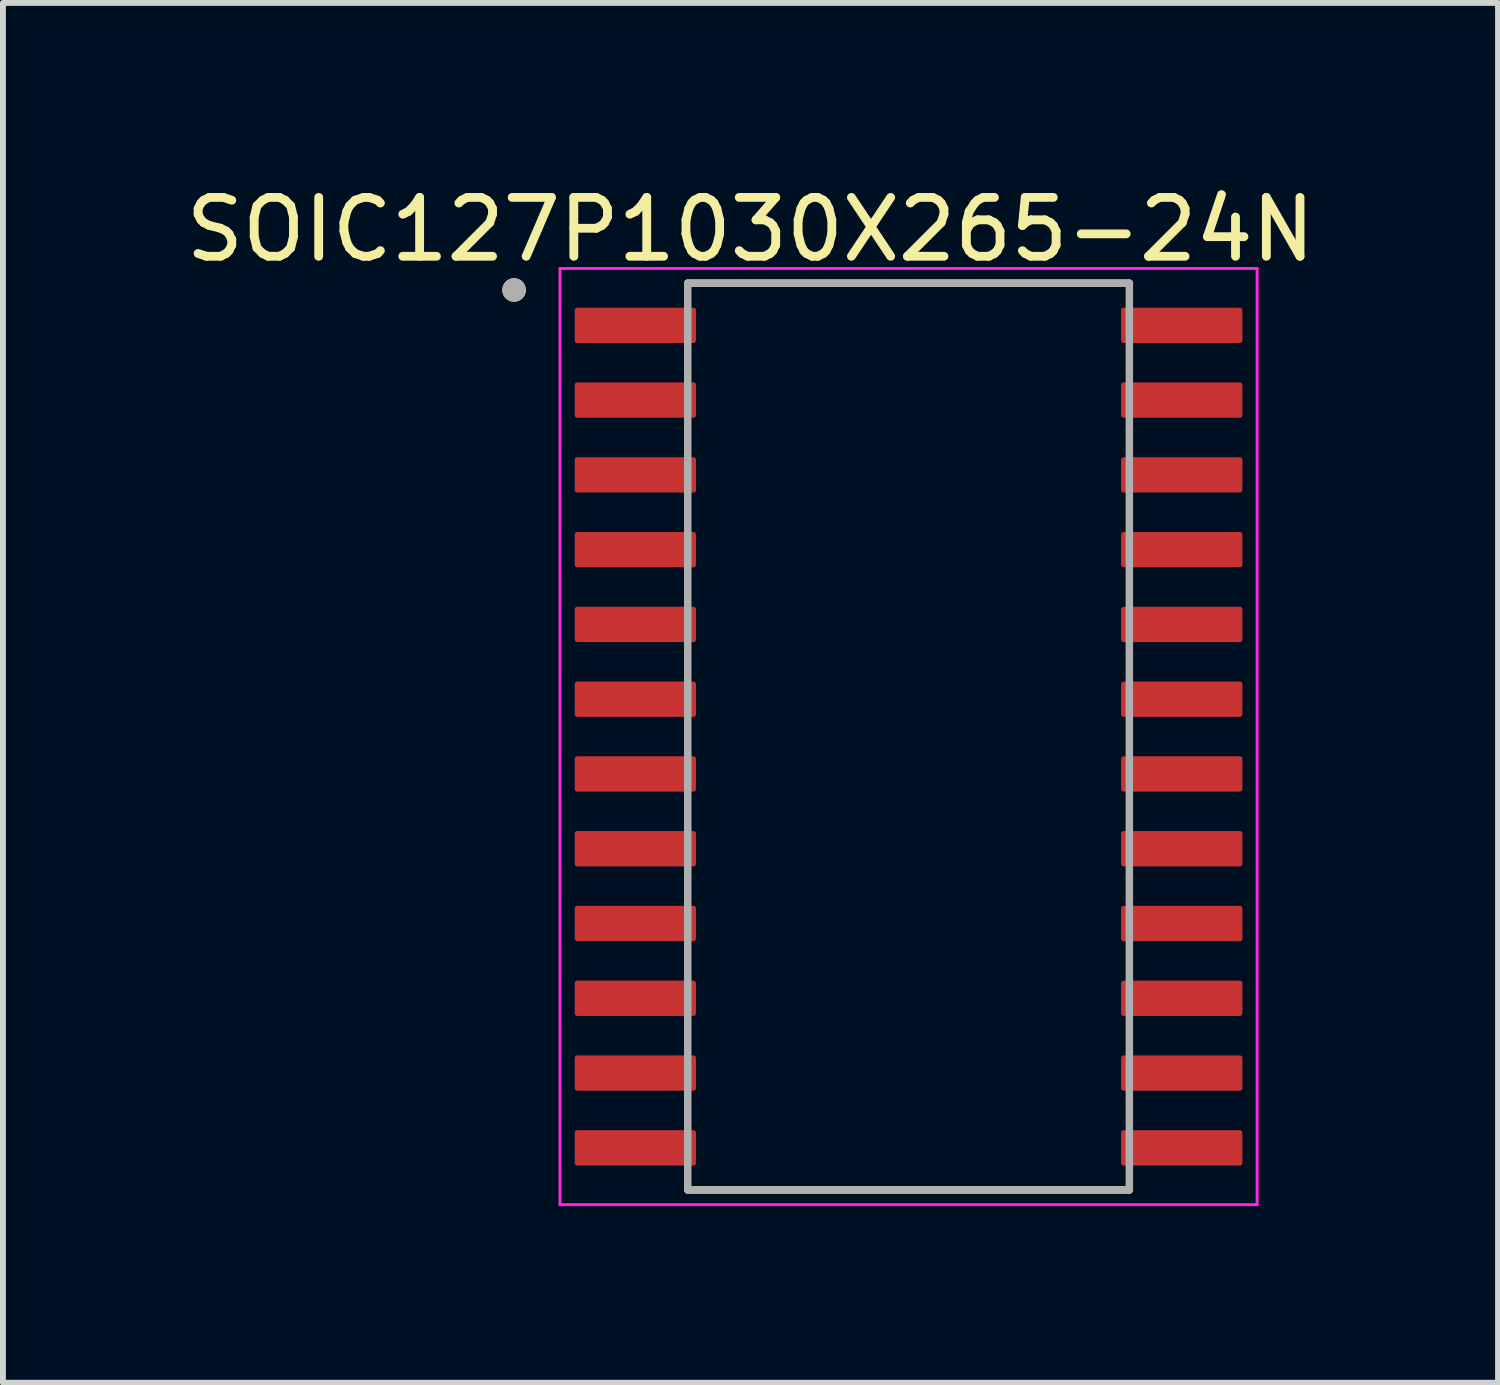
<source format=kicad_pcb>
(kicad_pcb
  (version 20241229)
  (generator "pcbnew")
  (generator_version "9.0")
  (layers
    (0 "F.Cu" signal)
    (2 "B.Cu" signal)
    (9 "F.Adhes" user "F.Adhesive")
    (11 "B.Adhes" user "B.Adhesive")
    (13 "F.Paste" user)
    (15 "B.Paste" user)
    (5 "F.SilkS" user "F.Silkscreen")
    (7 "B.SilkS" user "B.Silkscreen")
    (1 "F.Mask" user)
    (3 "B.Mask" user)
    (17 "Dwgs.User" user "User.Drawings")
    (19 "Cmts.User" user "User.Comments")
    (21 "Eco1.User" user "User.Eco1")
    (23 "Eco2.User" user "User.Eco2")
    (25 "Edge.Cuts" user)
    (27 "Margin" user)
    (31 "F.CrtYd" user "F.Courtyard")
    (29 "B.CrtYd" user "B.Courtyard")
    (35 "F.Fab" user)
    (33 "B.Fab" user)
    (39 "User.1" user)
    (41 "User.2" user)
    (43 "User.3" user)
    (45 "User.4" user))
  (footprint "SOIC127P1030X265-24N"
    (layer "F.Cu")
    (at 12.381 9.46)
    (property "Reference" "SOIC127P1030X265-24N" (at -2.685 -8.612 0) (layer "F.SilkS") (effects (font (size 1 1) (thickness 0.15))))
    (attr through_hole)
    (fp_line (start -3.75 -7.7) (end 3.75 -7.7) (stroke (width 0.127) (type solid)) (layer "F.SilkS"))
    (fp_line (start -3.75 7.7) (end 3.75 7.7) (stroke (width 0.127) (type solid)) (layer "F.SilkS"))
    (fp_circle (center -6.7 -7.585) (end -6.6 -7.585) (stroke (width 0.2) (type solid)) (fill no) (layer "F.SilkS"))
    (fp_line (start -5.92 -7.95) (end -5.92 7.95) (stroke (width 0.05) (type solid)) (layer "F.CrtYd"))
    (fp_line (start -5.92 -7.95) (end 5.92 -7.95) (stroke (width 0.05) (type solid)) (layer "F.CrtYd"))
    (fp_line (start -5.92 7.95) (end 5.92 7.95) (stroke (width 0.05) (type solid)) (layer "F.CrtYd"))
    (fp_line (start 5.92 -7.95) (end 5.92 7.95) (stroke (width 0.05) (type solid)) (layer "F.CrtYd"))
    (fp_line (start -3.75 -7.7) (end -3.75 7.7) (stroke (width 0.127) (type solid)) (layer "F.Fab"))
    (fp_line (start -3.75 -7.7) (end 3.75 -7.7) (stroke (width 0.127) (type solid)) (layer "F.Fab"))
    (fp_line (start -3.75 7.7) (end 3.75 7.7) (stroke (width 0.127) (type solid)) (layer "F.Fab"))
    (fp_line (start 3.75 -7.7) (end 3.75 7.7) (stroke (width 0.127) (type solid)) (layer "F.Fab"))
    (fp_circle (center -6.7 -7.585) (end -6.6 -7.585) (stroke (width 0.2) (type solid)) (fill no) (layer "F.Fab"))
    (pad "1" smd roundrect (at -4.64 -6.985) (size 2.06 0.6) (layers "F.Cu" "F.Mask" "F.Paste") (roundrect_rratio 0.07))
    (pad "2" smd roundrect (at -4.64 -5.715) (size 2.06 0.6) (layers "F.Cu" "F.Mask" "F.Paste") (roundrect_rratio 0.07))
    (pad "3" smd roundrect (at -4.64 -4.445) (size 2.06 0.6) (layers "F.Cu" "F.Mask" "F.Paste") (roundrect_rratio 0.07))
    (pad "4" smd roundrect (at -4.64 -3.175) (size 2.06 0.6) (layers "F.Cu" "F.Mask" "F.Paste") (roundrect_rratio 0.07))
    (pad "5" smd roundrect (at -4.64 -1.905) (size 2.06 0.6) (layers "F.Cu" "F.Mask" "F.Paste") (roundrect_rratio 0.07))
    (pad "6" smd roundrect (at -4.64 -0.635) (size 2.06 0.6) (layers "F.Cu" "F.Mask" "F.Paste") (roundrect_rratio 0.07))
    (pad "7" smd roundrect (at -4.64 0.635) (size 2.06 0.6) (layers "F.Cu" "F.Mask" "F.Paste") (roundrect_rratio 0.07))
    (pad "8" smd roundrect (at -4.64 1.905) (size 2.06 0.6) (layers "F.Cu" "F.Mask" "F.Paste") (roundrect_rratio 0.07))
    (pad "9" smd roundrect (at -4.64 3.175) (size 2.06 0.6) (layers "F.Cu" "F.Mask" "F.Paste") (roundrect_rratio 0.07))
    (pad "10" smd roundrect (at -4.64 4.445) (size 2.06 0.6) (layers "F.Cu" "F.Mask" "F.Paste") (roundrect_rratio 0.07))
    (pad "11" smd roundrect (at -4.64 5.715) (size 2.06 0.6) (layers "F.Cu" "F.Mask" "F.Paste") (roundrect_rratio 0.07))
    (pad "12" smd roundrect (at -4.64 6.985) (size 2.06 0.6) (layers "F.Cu" "F.Mask" "F.Paste") (roundrect_rratio 0.07))
    (pad "13" smd roundrect (at 4.64 6.985) (size 2.06 0.6) (layers "F.Cu" "F.Mask" "F.Paste") (roundrect_rratio 0.07))
    (pad "14" smd roundrect (at 4.64 5.715) (size 2.06 0.6) (layers "F.Cu" "F.Mask" "F.Paste") (roundrect_rratio 0.07))
    (pad "15" smd roundrect (at 4.64 4.445) (size 2.06 0.6) (layers "F.Cu" "F.Mask" "F.Paste") (roundrect_rratio 0.07))
    (pad "16" smd roundrect (at 4.64 3.175) (size 2.06 0.6) (layers "F.Cu" "F.Mask" "F.Paste") (roundrect_rratio 0.07))
    (pad "17" smd roundrect (at 4.64 1.905) (size 2.06 0.6) (layers "F.Cu" "F.Mask" "F.Paste") (roundrect_rratio 0.07))
    (pad "18" smd roundrect (at 4.64 0.635) (size 2.06 0.6) (layers "F.Cu" "F.Mask" "F.Paste") (roundrect_rratio 0.07))
    (pad "19" smd roundrect (at 4.64 -0.635) (size 2.06 0.6) (layers "F.Cu" "F.Mask" "F.Paste") (roundrect_rratio 0.07))
    (pad "20" smd roundrect (at 4.64 -1.905) (size 2.06 0.6) (layers "F.Cu" "F.Mask" "F.Paste") (roundrect_rratio 0.07))
    (pad "21" smd roundrect (at 4.64 -3.175) (size 2.06 0.6) (layers "F.Cu" "F.Mask" "F.Paste") (roundrect_rratio 0.07))
    (pad "22" smd roundrect (at 4.64 -4.445) (size 2.06 0.6) (layers "F.Cu" "F.Mask" "F.Paste") (roundrect_rratio 0.07))
    (pad "23" smd roundrect (at 4.64 -5.715) (size 2.06 0.6) (layers "F.Cu" "F.Mask" "F.Paste") (roundrect_rratio 0.07))
    (pad "24" smd roundrect (at 4.64 -6.985) (size 2.06 0.6) (layers "F.Cu" "F.Mask" "F.Paste") (roundrect_rratio 0.07)))
  (gr_rect
    (start -3 -3)
    (end 22.393 20.435)
    (stroke (width 0.1) (type default))
    (fill no)
    (layer "Edge.Cuts")))
</source>
